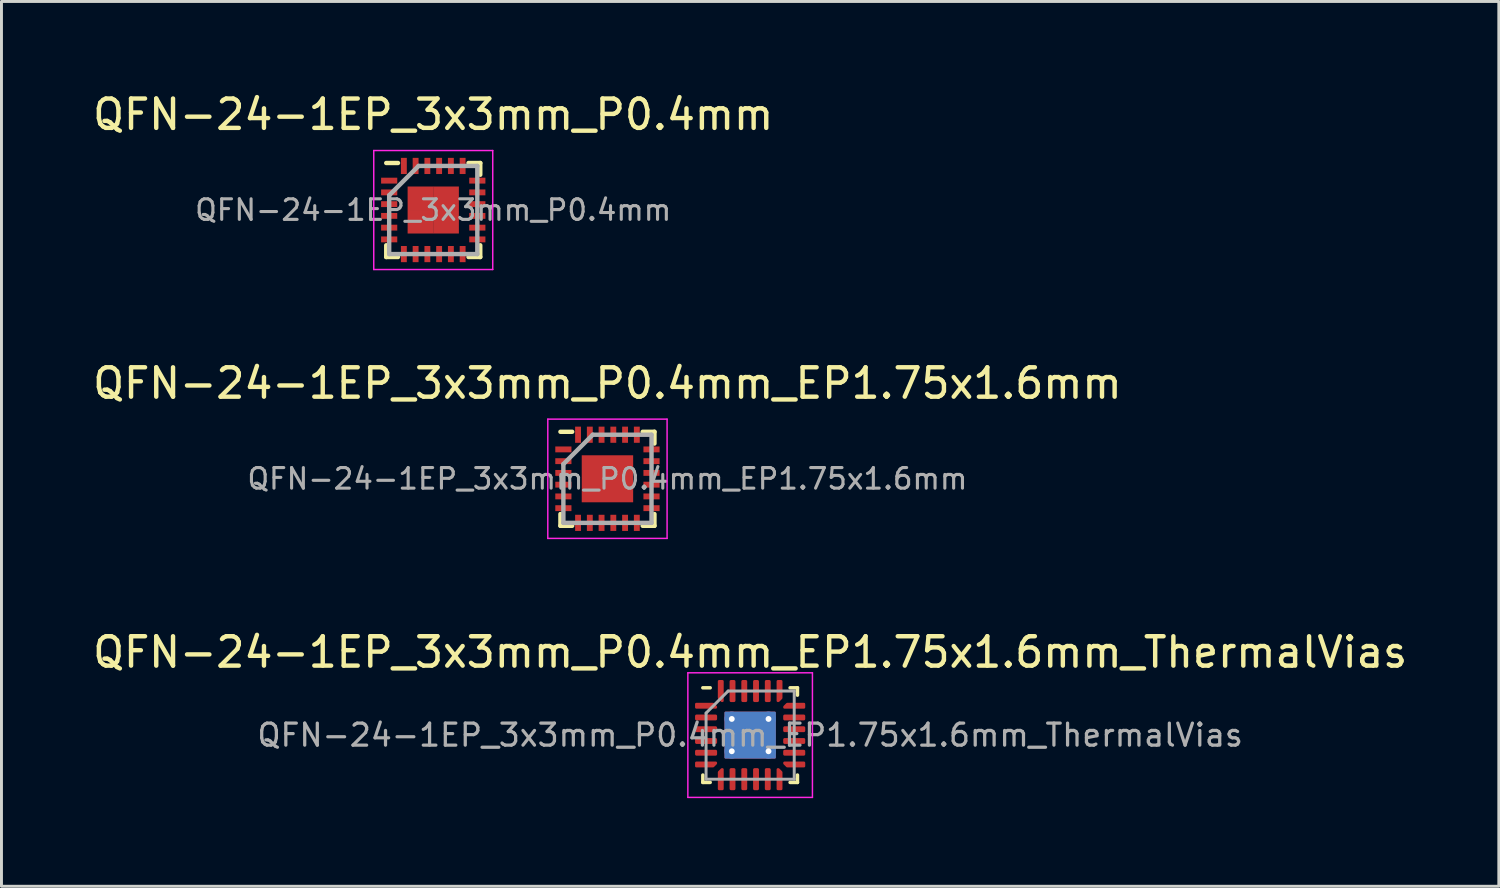
<source format=kicad_pcb>
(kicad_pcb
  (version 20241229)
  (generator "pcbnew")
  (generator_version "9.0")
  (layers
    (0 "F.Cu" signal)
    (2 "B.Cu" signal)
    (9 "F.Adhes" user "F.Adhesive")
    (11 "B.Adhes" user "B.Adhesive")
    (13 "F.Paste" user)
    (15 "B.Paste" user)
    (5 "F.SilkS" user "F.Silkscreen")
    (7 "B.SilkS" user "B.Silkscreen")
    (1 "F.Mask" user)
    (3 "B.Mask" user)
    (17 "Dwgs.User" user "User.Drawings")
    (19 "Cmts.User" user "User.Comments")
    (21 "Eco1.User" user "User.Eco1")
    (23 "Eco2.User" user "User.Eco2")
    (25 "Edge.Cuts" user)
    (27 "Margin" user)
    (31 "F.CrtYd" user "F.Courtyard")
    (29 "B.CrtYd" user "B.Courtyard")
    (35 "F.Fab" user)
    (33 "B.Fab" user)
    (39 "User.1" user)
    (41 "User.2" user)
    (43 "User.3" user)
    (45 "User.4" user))
  (footprint "QFN-24-1EP_3x3mm_P0.4mm_EP1.75x1.6mm"
    (layer "F.Cu")
    (at 17.625 13.246)
    (property "Reference" "QFN-24-1EP_3x3mm_P0.4mm_EP1.75x1.6mm" (at 0 -3.25 0) (layer "F.SilkS") (effects (font (size 1 1) (thickness 0.15))))
    (attr smd)
    (fp_line (start -1.6 -1.6) (end -1.2 -1.6) (stroke (width 0.15) (type solid)) (layer "F.SilkS"))
    (fp_line (start -1.6 1.6) (end -1.6 1.2) (stroke (width 0.15) (type solid)) (layer "F.SilkS"))
    (fp_line (start -1.6 1.6) (end -1.2 1.6) (stroke (width 0.15) (type solid)) (layer "F.SilkS"))
    (fp_line (start 1.6 -1.6) (end 1.2 -1.6) (stroke (width 0.15) (type solid)) (layer "F.SilkS"))
    (fp_line (start 1.6 -1.6) (end 1.6 -1.2) (stroke (width 0.15) (type solid)) (layer "F.SilkS"))
    (fp_line (start 1.6 1.6) (end 1.2 1.6) (stroke (width 0.15) (type solid)) (layer "F.SilkS"))
    (fp_line (start 1.6 1.6) (end 1.6 1.2) (stroke (width 0.15) (type solid)) (layer "F.SilkS"))
    (fp_line (start -2.03 -2.03) (end 2.03 -2.03) (stroke (width 0.05) (type solid)) (layer "F.CrtYd"))
    (fp_line (start -2.03 2.03) (end -2.03 -2.03) (stroke (width 0.05) (type solid)) (layer "F.CrtYd"))
    (fp_line (start 2.03 -2.03) (end 2.03 2.03) (stroke (width 0.05) (type solid)) (layer "F.CrtYd"))
    (fp_line (start 2.03 2.03) (end -2.03 2.03) (stroke (width 0.05) (type solid)) (layer "F.CrtYd"))
    (fp_line (start -1.5 -0.5) (end -0.5 -1.5) (stroke (width 0.15) (type solid)) (layer "F.Fab"))
    (fp_line (start -1.5 1.5) (end -1.5 -0.5) (stroke (width 0.15) (type solid)) (layer "F.Fab"))
    (fp_line (start -0.5 -1.5) (end 1.5 -1.5) (stroke (width 0.15) (type solid)) (layer "F.Fab"))
    (fp_line (start 1.5 -1.5) (end 1.5 1.5) (stroke (width 0.15) (type solid)) (layer "F.Fab"))
    (fp_line (start 1.5 1.5) (end -1.5 1.5) (stroke (width 0.15) (type solid)) (layer "F.Fab"))
    (fp_text user "${REFERENCE}" (at 0 0 0) (layer "F.Fab") (effects (font (size 0.7 0.7) (thickness 0.105))))
    (pad "" smd rect (at -0.435 -0.4) (size 0.7 0.65) (layers "F.Paste"))
    (pad "" smd rect (at -0.435 0.4) (size 0.7 0.65) (layers "F.Paste"))
    (pad "" smd rect (at 0.435 -0.4) (size 0.7 0.65) (layers "F.Paste"))
    (pad "" smd rect (at 0.435 0.4) (size 0.7 0.65) (layers "F.Paste"))
    (pad "1" smd rect (at -1.5 -1) (size 0.55 0.2) (layers "F.Cu" "F.Mask" "F.Paste"))
    (pad "2" smd rect (at -1.5 -0.6) (size 0.55 0.2) (layers "F.Cu" "F.Mask" "F.Paste"))
    (pad "3" smd rect (at -1.5 -0.2) (size 0.55 0.2) (layers "F.Cu" "F.Mask" "F.Paste"))
    (pad "4" smd rect (at -1.5 0.2) (size 0.55 0.2) (layers "F.Cu" "F.Mask" "F.Paste"))
    (pad "5" smd rect (at -1.5 0.6) (size 0.55 0.2) (layers "F.Cu" "F.Mask" "F.Paste"))
    (pad "6" smd rect (at -1.5 1) (size 0.55 0.2) (layers "F.Cu" "F.Mask" "F.Paste"))
    (pad "7" smd rect (at -1 1.5 90) (size 0.55 0.2) (layers "F.Cu" "F.Mask" "F.Paste"))
    (pad "8" smd rect (at -0.6 1.5 90) (size 0.55 0.2) (layers "F.Cu" "F.Mask" "F.Paste"))
    (pad "9" smd rect (at -0.2 1.5 90) (size 0.55 0.2) (layers "F.Cu" "F.Mask" "F.Paste"))
    (pad "10" smd rect (at 0.2 1.5 90) (size 0.55 0.2) (layers "F.Cu" "F.Mask" "F.Paste"))
    (pad "11" smd rect (at 0.6 1.5 90) (size 0.55 0.2) (layers "F.Cu" "F.Mask" "F.Paste"))
    (pad "12" smd rect (at 1 1.5 90) (size 0.55 0.2) (layers "F.Cu" "F.Mask" "F.Paste"))
    (pad "13" smd rect (at 1.5 1) (size 0.55 0.2) (layers "F.Cu" "F.Mask" "F.Paste"))
    (pad "14" smd rect (at 1.5 0.6) (size 0.55 0.2) (layers "F.Cu" "F.Mask" "F.Paste"))
    (pad "15" smd rect (at 1.5 0.2) (size 0.55 0.2) (layers "F.Cu" "F.Mask" "F.Paste"))
    (pad "16" smd rect (at 1.5 -0.2) (size 0.55 0.2) (layers "F.Cu" "F.Mask" "F.Paste"))
    (pad "17" smd rect (at 1.5 -0.6) (size 0.55 0.2) (layers "F.Cu" "F.Mask" "F.Paste"))
    (pad "18" smd rect (at 1.5 -1) (size 0.55 0.2) (layers "F.Cu" "F.Mask" "F.Paste"))
    (pad "19" smd rect (at 1 -1.5 90) (size 0.55 0.2) (layers "F.Cu" "F.Mask" "F.Paste"))
    (pad "20" smd rect (at 0.6 -1.5 90) (size 0.55 0.2) (layers "F.Cu" "F.Mask" "F.Paste"))
    (pad "21" smd rect (at 0.2 -1.5 90) (size 0.55 0.2) (layers "F.Cu" "F.Mask" "F.Paste"))
    (pad "22" smd rect (at -0.2 -1.5 90) (size 0.55 0.2) (layers "F.Cu" "F.Mask" "F.Paste"))
    (pad "23" smd rect (at -0.6 -1.5 90) (size 0.55 0.2) (layers "F.Cu" "F.Mask" "F.Paste"))
    (pad "24" smd rect (at -1 -1.5 90) (size 0.55 0.2) (layers "F.Cu" "F.Mask" "F.Paste"))
    (pad "25" smd rect (at 0 0) (size 1.75 1.6) (layers "F.Cu" "F.Mask")))
  (footprint "QFN-24-1EP_3x3mm_P0.4mm"
    (layer "F.Cu")
    (at 11.696 4.098)
    (property "Reference" "QFN-24-1EP_3x3mm_P0.4mm" (at 0 -3.25 0) (layer "F.SilkS") (effects (font (size 1 1) (thickness 0.15))))
    (attr smd)
    (fp_line (start -1.6 -1.6) (end -1.2 -1.6) (stroke (width 0.15) (type solid)) (layer "F.SilkS"))
    (fp_line (start -1.6 1.6) (end -1.6 1.2) (stroke (width 0.15) (type solid)) (layer "F.SilkS"))
    (fp_line (start -1.6 1.6) (end -1.2 1.6) (stroke (width 0.15) (type solid)) (layer "F.SilkS"))
    (fp_line (start 1.6 -1.6) (end 1.2 -1.6) (stroke (width 0.15) (type solid)) (layer "F.SilkS"))
    (fp_line (start 1.6 -1.6) (end 1.6 -1.2) (stroke (width 0.15) (type solid)) (layer "F.SilkS"))
    (fp_line (start 1.6 1.6) (end 1.2 1.6) (stroke (width 0.15) (type solid)) (layer "F.SilkS"))
    (fp_line (start 1.6 1.6) (end 1.6 1.2) (stroke (width 0.15) (type solid)) (layer "F.SilkS"))
    (fp_line (start -2.025 -2.025) (end 2.025 -2.025) (stroke (width 0.05) (type solid)) (layer "F.CrtYd"))
    (fp_line (start -2.025 2.025) (end -2.025 -2.025) (stroke (width 0.05) (type solid)) (layer "F.CrtYd"))
    (fp_line (start 2.025 -2.025) (end 2.025 2.025) (stroke (width 0.05) (type solid)) (layer "F.CrtYd"))
    (fp_line (start 2.025 2.025) (end -2.025 2.025) (stroke (width 0.05) (type solid)) (layer "F.CrtYd"))
    (fp_line (start -1.5 -0.5) (end -0.5 -1.5) (stroke (width 0.15) (type solid)) (layer "F.Fab"))
    (fp_line (start -1.5 1.5) (end -1.5 -0.5) (stroke (width 0.15) (type solid)) (layer "F.Fab"))
    (fp_line (start -0.5 -1.5) (end 1.5 -1.5) (stroke (width 0.15) (type solid)) (layer "F.Fab"))
    (fp_line (start 1.5 -1.5) (end 1.5 1.5) (stroke (width 0.15) (type solid)) (layer "F.Fab"))
    (fp_line (start 1.5 1.5) (end -1.5 1.5) (stroke (width 0.15) (type solid)) (layer "F.Fab"))
    (fp_text user "${REFERENCE}" (at 0 0 0) (layer "F.Fab") (effects (font (size 0.7 0.7) (thickness 0.105))))
    (pad "1" smd rect (at -1.5 -1) (size 0.55 0.2) (layers "F.Cu" "F.Mask" "F.Paste"))
    (pad "2" smd rect (at -1.5 -0.6) (size 0.55 0.2) (layers "F.Cu" "F.Mask" "F.Paste"))
    (pad "3" smd rect (at -1.5 -0.2) (size 0.55 0.2) (layers "F.Cu" "F.Mask" "F.Paste"))
    (pad "4" smd rect (at -1.5 0.2) (size 0.55 0.2) (layers "F.Cu" "F.Mask" "F.Paste"))
    (pad "5" smd rect (at -1.5 0.6) (size 0.55 0.2) (layers "F.Cu" "F.Mask" "F.Paste"))
    (pad "6" smd rect (at -1.5 1) (size 0.55 0.2) (layers "F.Cu" "F.Mask" "F.Paste"))
    (pad "7" smd rect (at -1 1.5 90) (size 0.55 0.2) (layers "F.Cu" "F.Mask" "F.Paste"))
    (pad "8" smd rect (at -0.6 1.5 90) (size 0.55 0.2) (layers "F.Cu" "F.Mask" "F.Paste"))
    (pad "9" smd rect (at -0.2 1.5 90) (size 0.55 0.2) (layers "F.Cu" "F.Mask" "F.Paste"))
    (pad "10" smd rect (at 0.2 1.5 90) (size 0.55 0.2) (layers "F.Cu" "F.Mask" "F.Paste"))
    (pad "11" smd rect (at 0.6 1.5 90) (size 0.55 0.2) (layers "F.Cu" "F.Mask" "F.Paste"))
    (pad "12" smd rect (at 1 1.5 90) (size 0.55 0.2) (layers "F.Cu" "F.Mask" "F.Paste"))
    (pad "13" smd rect (at 1.5 1) (size 0.55 0.2) (layers "F.Cu" "F.Mask" "F.Paste"))
    (pad "14" smd rect (at 1.5 0.6) (size 0.55 0.2) (layers "F.Cu" "F.Mask" "F.Paste"))
    (pad "15" smd rect (at 1.5 0.2) (size 0.55 0.2) (layers "F.Cu" "F.Mask" "F.Paste"))
    (pad "16" smd rect (at 1.5 -0.2) (size 0.55 0.2) (layers "F.Cu" "F.Mask" "F.Paste"))
    (pad "17" smd rect (at 1.5 -0.6) (size 0.55 0.2) (layers "F.Cu" "F.Mask" "F.Paste"))
    (pad "18" smd rect (at 1.5 -1) (size 0.55 0.2) (layers "F.Cu" "F.Mask" "F.Paste"))
    (pad "19" smd rect (at 1 -1.5 90) (size 0.55 0.2) (layers "F.Cu" "F.Mask" "F.Paste"))
    (pad "20" smd rect (at 0.6 -1.5 90) (size 0.55 0.2) (layers "F.Cu" "F.Mask" "F.Paste"))
    (pad "21" smd rect (at 0.2 -1.5 90) (size 0.55 0.2) (layers "F.Cu" "F.Mask" "F.Paste"))
    (pad "22" smd rect (at -0.2 -1.5 90) (size 0.55 0.2) (layers "F.Cu" "F.Mask" "F.Paste"))
    (pad "23" smd rect (at -0.6 -1.5 90) (size 0.55 0.2) (layers "F.Cu" "F.Mask" "F.Paste"))
    (pad "24" smd rect (at -1 -1.5 90) (size 0.55 0.2) (layers "F.Cu" "F.Mask" "F.Paste"))
    (pad "25" smd rect (at -0.435 -0.4) (size 0.875 0.8) (layers "F.Cu" "F.Mask" "F.Paste"))
    (pad "25" smd rect (at -0.435 0.4) (size 0.875 0.8) (layers "F.Cu" "F.Mask" "F.Paste"))
    (pad "25" smd rect (at 0.435 -0.4) (size 0.875 0.8) (layers "F.Cu" "F.Mask" "F.Paste"))
    (pad "25" smd rect (at 0.435 0.4) (size 0.875 0.8) (layers "F.Cu" "F.Mask" "F.Paste")))
  (footprint "QFN-24-1EP_3x3mm_P0.4mm_EP1.75x1.6mm_ThermalVias"
    (layer "F.Cu")
    (at 22.482 21.97)
    (property "Reference" "QFN-24-1EP_3x3mm_P0.4mm_EP1.75x1.6mm_ThermalVias" (at 0 -2.82 0) (layer "F.SilkS") (effects (font (size 1 1) (thickness 0.15))))
    (attr smd)
    (fp_line (start -1.61 1.61) (end -1.61 1.36) (stroke (width 0.12) (type solid)) (layer "F.SilkS"))
    (fp_line (start -1.36 -1.61) (end -1.61 -1.61) (stroke (width 0.12) (type solid)) (layer "F.SilkS"))
    (fp_line (start -1.36 1.61) (end -1.61 1.61) (stroke (width 0.12) (type solid)) (layer "F.SilkS"))
    (fp_line (start 1.36 -1.61) (end 1.61 -1.61) (stroke (width 0.12) (type solid)) (layer "F.SilkS"))
    (fp_line (start 1.36 1.61) (end 1.61 1.61) (stroke (width 0.12) (type solid)) (layer "F.SilkS"))
    (fp_line (start 1.61 -1.61) (end 1.61 -1.36) (stroke (width 0.12) (type solid)) (layer "F.SilkS"))
    (fp_line (start 1.61 1.61) (end 1.61 1.36) (stroke (width 0.12) (type solid)) (layer "F.SilkS"))
    (fp_line (start -2.12 -2.12) (end -2.12 2.12) (stroke (width 0.05) (type solid)) (layer "F.CrtYd"))
    (fp_line (start -2.12 2.12) (end 2.12 2.12) (stroke (width 0.05) (type solid)) (layer "F.CrtYd"))
    (fp_line (start 2.12 -2.12) (end -2.12 -2.12) (stroke (width 0.05) (type solid)) (layer "F.CrtYd"))
    (fp_line (start 2.12 2.12) (end 2.12 -2.12) (stroke (width 0.05) (type solid)) (layer "F.CrtYd"))
    (fp_line (start -1.5 -0.75) (end -0.75 -1.5) (stroke (width 0.1) (type solid)) (layer "F.Fab"))
    (fp_line (start -1.5 1.5) (end -1.5 -0.75) (stroke (width 0.1) (type solid)) (layer "F.Fab"))
    (fp_line (start -0.75 -1.5) (end 1.5 -1.5) (stroke (width 0.1) (type solid)) (layer "F.Fab"))
    (fp_line (start 1.5 -1.5) (end 1.5 1.5) (stroke (width 0.1) (type solid)) (layer "F.Fab"))
    (fp_line (start 1.5 1.5) (end -1.5 1.5) (stroke (width 0.1) (type solid)) (layer "F.Fab"))
    (fp_text user "${REFERENCE}" (at 0 0 0) (layer "F.Fab") (effects (font (size 0.75 0.75) (thickness 0.11))))
    (pad "" smd roundrect (at -0.44 -0.4) (size 0.76 0.69) (layers "F.Paste") (roundrect_rratio 0.25))
    (pad "" smd roundrect (at -0.44 0.4) (size 0.76 0.69) (layers "F.Paste") (roundrect_rratio 0.25))
    (pad "" smd roundrect (at 0.44 -0.4) (size 0.76 0.69) (layers "F.Paste") (roundrect_rratio 0.25))
    (pad "" smd roundrect (at 0.44 0.4) (size 0.76 0.69) (layers "F.Paste") (roundrect_rratio 0.25))
    (pad "1" smd custom (at -1.5 -1) (size 0.115 0.115) (layers "F.Cu" "F.Mask" "F.Paste") (options (anchor circle)) (primitives (gr_poly (pts (xy -0.335 -0.06) (xy 0.238 -0.06) (xy 0.335 0.037) (xy 0.335 0.06) (xy -0.335 0.06)) (width 0.08) (fill yes))))
    (pad "2" smd roundrect (at -1.5 -0.6) (size 0.75 0.2) (layers "F.Cu" "F.Mask" "F.Paste") (roundrect_rratio 0.25))
    (pad "3" smd roundrect (at -1.5 -0.2) (size 0.75 0.2) (layers "F.Cu" "F.Mask" "F.Paste") (roundrect_rratio 0.25))
    (pad "4" smd roundrect (at -1.5 0.2) (size 0.75 0.2) (layers "F.Cu" "F.Mask" "F.Paste") (roundrect_rratio 0.25))
    (pad "5" smd roundrect (at -1.5 0.6) (size 0.75 0.2) (layers "F.Cu" "F.Mask" "F.Paste") (roundrect_rratio 0.25))
    (pad "6" smd custom (at -1.5 1) (size 0.115 0.115) (layers "F.Cu" "F.Mask" "F.Paste") (options (anchor circle)) (primitives (gr_poly (pts (xy -0.335 -0.06) (xy 0.335 -0.06) (xy 0.335 -0.037) (xy 0.238 0.06) (xy -0.335 0.06)) (width 0.08) (fill yes))))
    (pad "7" smd custom (at -1 1.5) (size 0.115 0.115) (layers "F.Cu" "F.Mask" "F.Paste") (options (anchor circle)) (primitives (gr_poly (pts (xy -0.06 -0.238) (xy 0.037 -0.335) (xy 0.06 -0.335) (xy 0.06 0.335) (xy -0.06 0.335)) (width 0.08) (fill yes))))
    (pad "8" smd roundrect (at -0.6 1.5) (size 0.2 0.75) (layers "F.Cu" "F.Mask" "F.Paste") (roundrect_rratio 0.25))
    (pad "9" smd roundrect (at -0.2 1.5) (size 0.2 0.75) (layers "F.Cu" "F.Mask" "F.Paste") (roundrect_rratio 0.25))
    (pad "10" smd roundrect (at 0.2 1.5) (size 0.2 0.75) (layers "F.Cu" "F.Mask" "F.Paste") (roundrect_rratio 0.25))
    (pad "11" smd roundrect (at 0.6 1.5) (size 0.2 0.75) (layers "F.Cu" "F.Mask" "F.Paste") (roundrect_rratio 0.25))
    (pad "12" smd custom (at 1 1.5) (size 0.115 0.115) (layers "F.Cu" "F.Mask" "F.Paste") (options (anchor circle)) (primitives (gr_poly (pts (xy -0.06 -0.335) (xy -0.037 -0.335) (xy 0.06 -0.238) (xy 0.06 0.335) (xy -0.06 0.335)) (width 0.08) (fill yes))))
    (pad "13" smd custom (at 1.5 1) (size 0.115 0.115) (layers "F.Cu" "F.Mask" "F.Paste") (options (anchor circle)) (primitives (gr_poly (pts (xy -0.335 -0.06) (xy 0.335 -0.06) (xy 0.335 0.06) (xy -0.238 0.06) (xy -0.335 -0.037)) (width 0.08) (fill yes))))
    (pad "14" smd roundrect (at 1.5 0.6) (size 0.75 0.2) (layers "F.Cu" "F.Mask" "F.Paste") (roundrect_rratio 0.25))
    (pad "15" smd roundrect (at 1.5 0.2) (size 0.75 0.2) (layers "F.Cu" "F.Mask" "F.Paste") (roundrect_rratio 0.25))
    (pad "16" smd roundrect (at 1.5 -0.2) (size 0.75 0.2) (layers "F.Cu" "F.Mask" "F.Paste") (roundrect_rratio 0.25))
    (pad "17" smd roundrect (at 1.5 -0.6) (size 0.75 0.2) (layers "F.Cu" "F.Mask" "F.Paste") (roundrect_rratio 0.25))
    (pad "18" smd custom (at 1.5 -1) (size 0.115 0.115) (layers "F.Cu" "F.Mask" "F.Paste") (options (anchor circle)) (primitives (gr_poly (pts (xy -0.335 0.037) (xy -0.238 -0.06) (xy 0.335 -0.06) (xy 0.335 0.06) (xy -0.335 0.06)) (width 0.08) (fill yes))))
    (pad "19" smd custom (at 1 -1.5) (size 0.115 0.115) (layers "F.Cu" "F.Mask" "F.Paste") (options (anchor circle)) (primitives (gr_poly (pts (xy -0.06 -0.335) (xy 0.06 -0.335) (xy 0.06 0.238) (xy -0.037 0.335) (xy -0.06 0.335)) (width 0.08) (fill yes))))
    (pad "20" smd roundrect (at 0.6 -1.5) (size 0.2 0.75) (layers "F.Cu" "F.Mask" "F.Paste") (roundrect_rratio 0.25))
    (pad "21" smd roundrect (at 0.2 -1.5) (size 0.2 0.75) (layers "F.Cu" "F.Mask" "F.Paste") (roundrect_rratio 0.25))
    (pad "22" smd roundrect (at -0.2 -1.5) (size 0.2 0.75) (layers "F.Cu" "F.Mask" "F.Paste") (roundrect_rratio 0.25))
    (pad "23" smd roundrect (at -0.6 -1.5) (size 0.2 0.75) (layers "F.Cu" "F.Mask" "F.Paste") (roundrect_rratio 0.25))
    (pad "24" smd custom (at -1 -1.5) (size 0.115 0.115) (layers "F.Cu" "F.Mask" "F.Paste") (options (anchor circle)) (primitives (gr_poly (pts (xy -0.06 -0.335) (xy 0.06 -0.335) (xy 0.06 0.335) (xy 0.037 0.335) (xy -0.06 0.238)) (width 0.08) (fill yes))))
    (pad "25" thru_hole circle (at -0.625 -0.55) (size 0.5 0.5) (drill 0.2) (layers "*.Cu"))
    (pad "25" thru_hole circle (at -0.625 0.55) (size 0.5 0.5) (drill 0.2) (layers "*.Cu"))
    (pad "25" smd roundrect (at 0 0) (size 1.75 1.6) (layers "F.Cu" "F.Mask") (roundrect_rratio 0.025))
    (pad "25" smd roundrect (at 0 0) (size 1.75 1.6) (layers "B.Cu") (roundrect_rratio 0.025))
    (pad "25" thru_hole circle (at 0.625 -0.55) (size 0.5 0.5) (drill 0.2) (layers "*.Cu"))
    (pad "25" thru_hole circle (at 0.625 0.55) (size 0.5 0.5) (drill 0.2) (layers "*.Cu")))
  (gr_rect
    (start -3 -3)
    (end 47.964 27.115)
    (stroke (width 0.1) (type default))
    (fill no)
    (layer "Edge.Cuts")))
</source>
